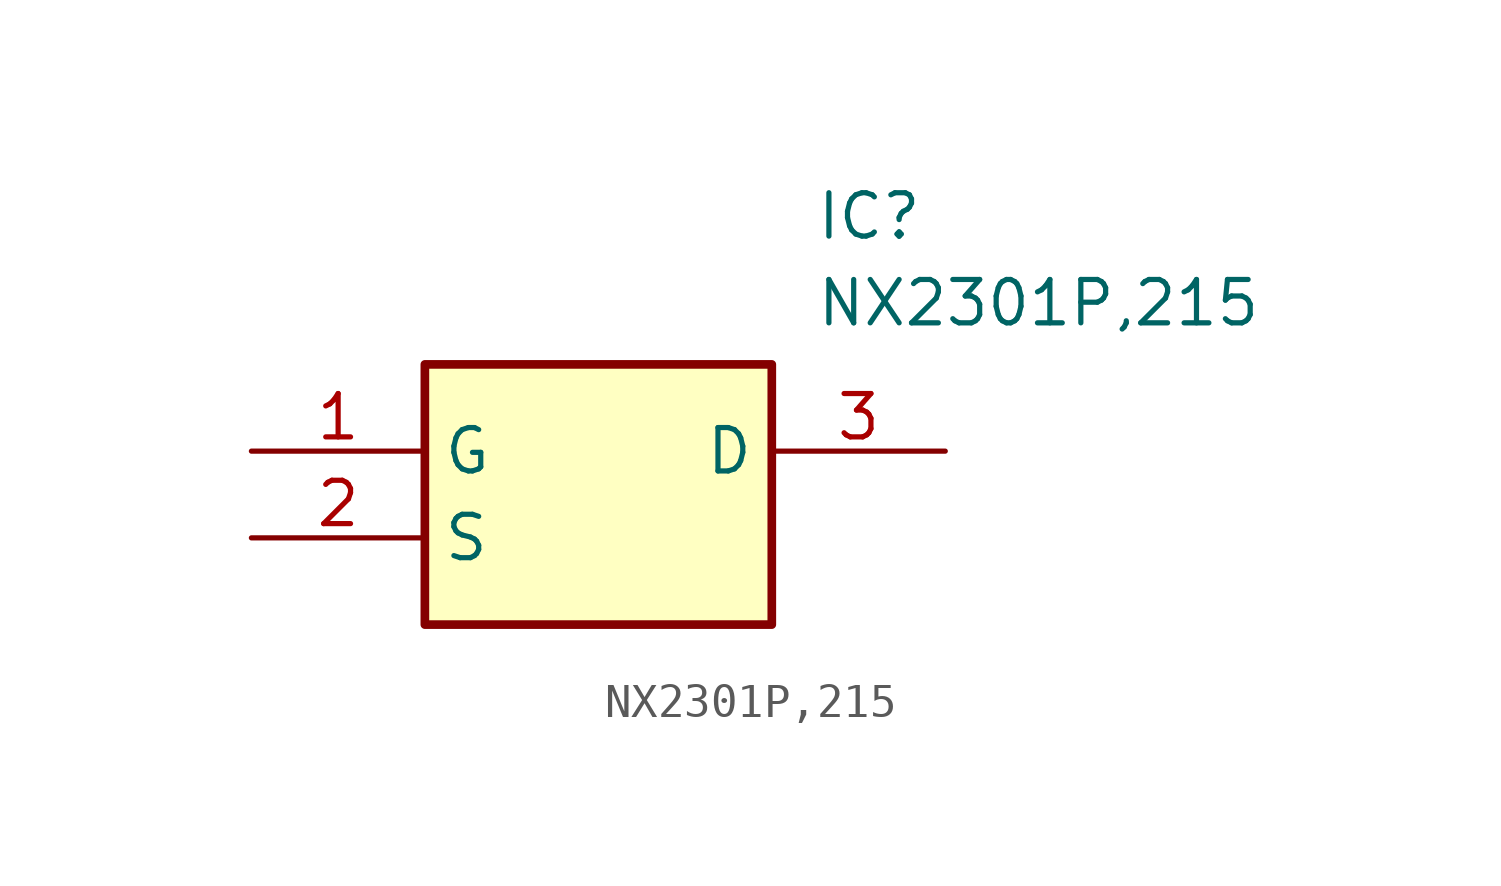
<source format=kicad_sym>
(kicad_symbol_lib
  (version 20211014)
  (generator SamacSys_ECAD_Model)
  (symbol "NX2301P,215"
    (property "Reference" "IC"
      (at 16.51 7.62 0)
      (effects (font (size 1.27 1.27)) (justify left top)))
    (property "Value" "NX2301P,215"
      (at 16.51 5.08 0)
      (effects (font (size 1.27 1.27)) (justify left top)))
    (rectangle
      (start 5.08 2.54)
      (end 15.24 -5.08)
      (stroke (width 0.254) (type default))
      (fill (type background)))
    (pin passive line
      (at 0 0 0)
      (length 5.08)
      (name "G" (effects (font (size 1.27 1.27))))
      (number "1" (effects (font (size 1.27 1.27)))))
    (pin passive line
      (at 0 -2.54 0)
      (length 5.08)
      (name "S" (effects (font (size 1.27 1.27))))
      (number "2" (effects (font (size 1.27 1.27)))))
    (pin passive line
      (at 20.32 0 180)
      (length 5.08)
      (name "D" (effects (font (size 1.27 1.27))))
      (number "3" (effects (font (size 1.27 1.27)))))))
</source>
